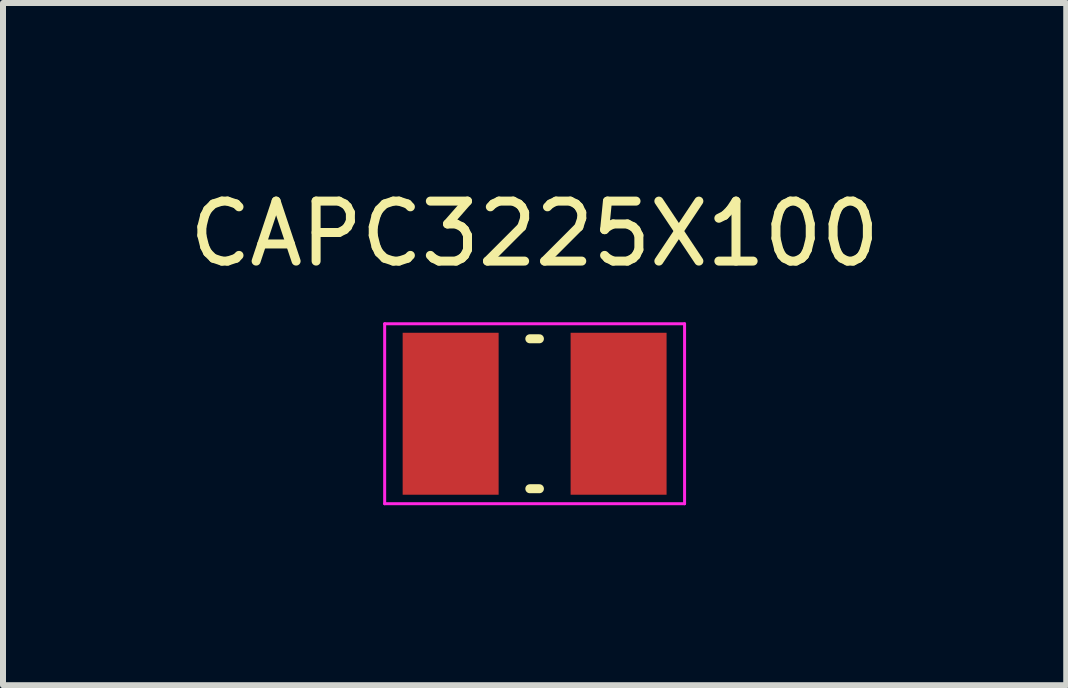
<source format=kicad_pcb>
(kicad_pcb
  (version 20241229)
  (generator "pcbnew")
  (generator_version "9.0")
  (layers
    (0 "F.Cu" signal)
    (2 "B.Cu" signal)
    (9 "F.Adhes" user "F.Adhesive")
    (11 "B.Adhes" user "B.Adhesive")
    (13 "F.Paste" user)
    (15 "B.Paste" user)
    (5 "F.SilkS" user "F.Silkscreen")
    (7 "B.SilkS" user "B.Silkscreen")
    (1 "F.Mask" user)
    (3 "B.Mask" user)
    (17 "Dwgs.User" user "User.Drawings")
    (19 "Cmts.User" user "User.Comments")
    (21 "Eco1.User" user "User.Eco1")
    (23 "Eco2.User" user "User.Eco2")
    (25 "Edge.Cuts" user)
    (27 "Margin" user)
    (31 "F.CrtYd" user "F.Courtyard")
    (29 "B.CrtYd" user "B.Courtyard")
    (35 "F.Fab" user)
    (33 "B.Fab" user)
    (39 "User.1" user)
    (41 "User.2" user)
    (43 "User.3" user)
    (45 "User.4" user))
  (footprint "CAPC3225X100"
    (layer "F.Cu")
    (at 5.863 3.848)
    (property "Reference" "CAPC3225X100" (at 0 -3 0) (layer "F.SilkS") (effects (font (size 1 1) (thickness 0.15))))
    (attr smd)
    (fp_line (start -0.08 1.25) (end 0.08 1.25) (stroke (width 0.15) (type solid)) (layer "F.SilkS"))
    (fp_line (start 0.08 -1.25) (end -0.08 -1.25) (stroke (width 0.15) (type solid)) (layer "F.SilkS"))
    (fp_line (start -2.5 -1.5) (end -2.5 1.5) (stroke (width 0.05) (type solid)) (layer "F.CrtYd"))
    (fp_line (start -2.5 -1.5) (end 2.5 -1.5) (stroke (width 0.05) (type solid)) (layer "F.CrtYd"))
    (fp_line (start -2.5 1.5) (end 2.5 1.5) (stroke (width 0.05) (type solid)) (layer "F.CrtYd"))
    (fp_line (start 2.5 -1.5) (end 2.5 1.5) (stroke (width 0.05) (type solid)) (layer "F.CrtYd"))
    (pad "1" smd rect (at -1.4 0) (size 1.6 2.7) (layers "F.Cu" "F.Mask" "F.Paste"))
    (pad "2" smd rect (at 1.4 0) (size 1.6 2.7) (layers "F.Cu" "F.Mask" "F.Paste")))
  (gr_rect
    (start -3 -3)
    (end 14.726 8.373)
    (stroke (width 0.1) (type default))
    (fill no)
    (layer "Edge.Cuts")))
</source>
